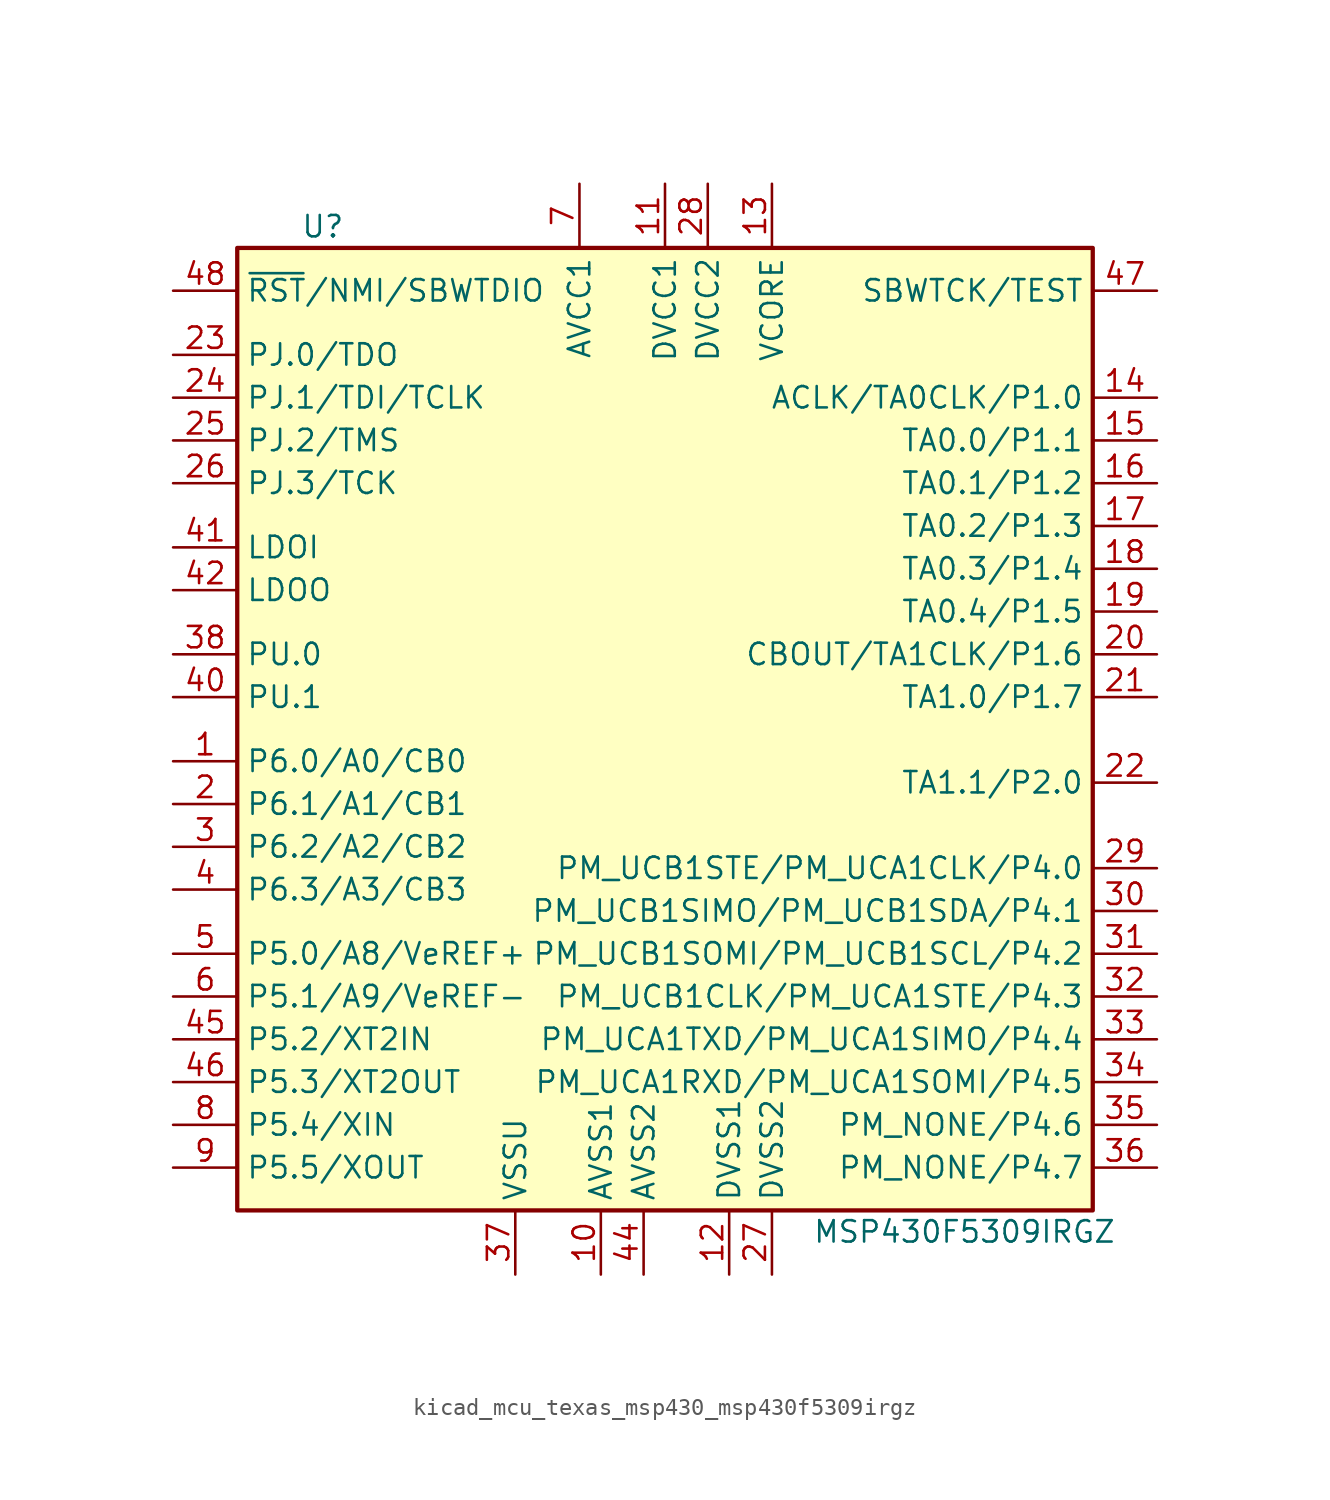
<source format=kicad_sym>
(kicad_symbol_lib
  (version 20220914)
  (generator kicad_symbol_editor)
  (symbol "kicad_mcu_texas_msp430_msp430f5309irgz"
    (property "Reference" "U"
      (at -21.59 30.48 0)
      (effects (font (size 1.27 1.27))))
    (property "Value" "MSP430F5309IRGZ"
      (at 16.51 -29.21 0)
      (effects (font (size 1.27 1.27))))
    (symbol "kicad_mcu_texas_msp430_msp430f5309irgz_0_1"
      (rectangle (start -26.67 29.21) (end 24.13 -27.94) (stroke (width 0.254) (type default)) (fill (type background))))
    (symbol "kicad_mcu_texas_msp430_msp430f5309irgz_1_1"
      (pin bidirectional line (at -30.48 -1.27 0) (length 3.81) (name "P6.0/A0/CB0" (effects (font (size 1.27 1.27)))) (number "1" (effects (font (size 1.27 1.27)))))
      (pin power_in line (at -5.08 -31.75 90) (length 3.81) (name "AVSS1" (effects (font (size 1.27 1.27)))) (number "10" (effects (font (size 1.27 1.27)))))
      (pin power_in line (at -1.27 33.02 270) (length 3.81) (name "DVCC1" (effects (font (size 1.27 1.27)))) (number "11" (effects (font (size 1.27 1.27)))))
      (pin power_in line (at 2.54 -31.75 90) (length 3.81) (name "DVSS1" (effects (font (size 1.27 1.27)))) (number "12" (effects (font (size 1.27 1.27)))))
      (pin bidirectional line (at 5.08 33.02 270) (length 3.81) (name "VCORE" (effects (font (size 1.27 1.27)))) (number "13" (effects (font (size 1.27 1.27)))))
      (pin bidirectional line (at 27.94 20.32 180) (length 3.81) (name "ACLK/TA0CLK/P1.0" (effects (font (size 1.27 1.27)))) (number "14" (effects (font (size 1.27 1.27)))))
      (pin bidirectional line (at 27.94 17.78 180) (length 3.81) (name "TA0.0/P1.1" (effects (font (size 1.27 1.27)))) (number "15" (effects (font (size 1.27 1.27)))))
      (pin bidirectional line (at 27.94 15.24 180) (length 3.81) (name "TA0.1/P1.2" (effects (font (size 1.27 1.27)))) (number "16" (effects (font (size 1.27 1.27)))))
      (pin bidirectional line (at 27.94 12.7 180) (length 3.81) (name "TA0.2/P1.3" (effects (font (size 1.27 1.27)))) (number "17" (effects (font (size 1.27 1.27)))))
      (pin bidirectional line (at 27.94 10.16 180) (length 3.81) (name "TA0.3/P1.4" (effects (font (size 1.27 1.27)))) (number "18" (effects (font (size 1.27 1.27)))))
      (pin bidirectional line (at 27.94 7.62 180) (length 3.81) (name "TA0.4/P1.5" (effects (font (size 1.27 1.27)))) (number "19" (effects (font (size 1.27 1.27)))))
      (pin bidirectional line (at -30.48 -3.81 0) (length 3.81) (name "P6.1/A1/CB1" (effects (font (size 1.27 1.27)))) (number "2" (effects (font (size 1.27 1.27)))))
      (pin bidirectional line (at 27.94 5.08 180) (length 3.81) (name "CBOUT/TA1CLK/P1.6" (effects (font (size 1.27 1.27)))) (number "20" (effects (font (size 1.27 1.27)))))
      (pin bidirectional line (at 27.94 2.54 180) (length 3.81) (name "TA1.0/P1.7" (effects (font (size 1.27 1.27)))) (number "21" (effects (font (size 1.27 1.27)))))
      (pin bidirectional line (at 27.94 -2.54 180) (length 3.81) (name "TA1.1/P2.0" (effects (font (size 1.27 1.27)))) (number "22" (effects (font (size 1.27 1.27)))))
      (pin bidirectional line (at -30.48 22.86 0) (length 3.81) (name "PJ.0/TDO" (effects (font (size 1.27 1.27)))) (number "23" (effects (font (size 1.27 1.27)))))
      (pin bidirectional line (at -30.48 20.32 0) (length 3.81) (name "PJ.1/TDI/TCLK" (effects (font (size 1.27 1.27)))) (number "24" (effects (font (size 1.27 1.27)))))
      (pin bidirectional line (at -30.48 17.78 0) (length 3.81) (name "PJ.2/TMS" (effects (font (size 1.27 1.27)))) (number "25" (effects (font (size 1.27 1.27)))))
      (pin bidirectional line (at -30.48 15.24 0) (length 3.81) (name "PJ.3/TCK" (effects (font (size 1.27 1.27)))) (number "26" (effects (font (size 1.27 1.27)))))
      (pin power_in line (at 5.08 -31.75 90) (length 3.81) (name "DVSS2" (effects (font (size 1.27 1.27)))) (number "27" (effects (font (size 1.27 1.27)))))
      (pin power_in line (at 1.27 33.02 270) (length 3.81) (name "DVCC2" (effects (font (size 1.27 1.27)))) (number "28" (effects (font (size 1.27 1.27)))))
      (pin bidirectional line (at 27.94 -7.62 180) (length 3.81) (name "PM_UCB1STE/PM_UCA1CLK/P4.0" (effects (font (size 1.27 1.27)))) (number "29" (effects (font (size 1.27 1.27)))))
      (pin bidirectional line (at -30.48 -6.35 0) (length 3.81) (name "P6.2/A2/CB2" (effects (font (size 1.27 1.27)))) (number "3" (effects (font (size 1.27 1.27)))))
      (pin bidirectional line (at 27.94 -10.16 180) (length 3.81) (name "PM_UCB1SIMO/PM_UCB1SDA/P4.1" (effects (font (size 1.27 1.27)))) (number "30" (effects (font (size 1.27 1.27)))))
      (pin bidirectional line (at 27.94 -12.7 180) (length 3.81) (name "PM_UCB1SOMI/PM_UCB1SCL/P4.2" (effects (font (size 1.27 1.27)))) (number "31" (effects (font (size 1.27 1.27)))))
      (pin bidirectional line (at 27.94 -15.24 180) (length 3.81) (name "PM_UCB1CLK/PM_UCA1STE/P4.3" (effects (font (size 1.27 1.27)))) (number "32" (effects (font (size 1.27 1.27)))))
      (pin bidirectional line (at 27.94 -17.78 180) (length 3.81) (name "PM_UCA1TXD/PM_UCA1SIMO/P4.4" (effects (font (size 1.27 1.27)))) (number "33" (effects (font (size 1.27 1.27)))))
      (pin bidirectional line (at 27.94 -20.32 180) (length 3.81) (name "PM_UCA1RXD/PM_UCA1SOMI/P4.5" (effects (font (size 1.27 1.27)))) (number "34" (effects (font (size 1.27 1.27)))))
      (pin bidirectional line (at 27.94 -22.86 180) (length 3.81) (name "PM_NONE/P4.6" (effects (font (size 1.27 1.27)))) (number "35" (effects (font (size 1.27 1.27)))))
      (pin bidirectional line (at 27.94 -25.4 180) (length 3.81) (name "PM_NONE/P4.7" (effects (font (size 1.27 1.27)))) (number "36" (effects (font (size 1.27 1.27)))))
      (pin power_in line (at -10.16 -31.75 90) (length 3.81) (name "VSSU" (effects (font (size 1.27 1.27)))) (number "37" (effects (font (size 1.27 1.27)))))
      (pin bidirectional line (at -30.48 5.08 0) (length 3.81) (name "PU.0" (effects (font (size 1.27 1.27)))) (number "38" (effects (font (size 1.27 1.27)))))
      (pin bidirectional line (at -30.48 -8.89 0) (length 3.81) (name "P6.3/A3/CB3" (effects (font (size 1.27 1.27)))) (number "4" (effects (font (size 1.27 1.27)))))
      (pin bidirectional line (at -30.48 2.54 0) (length 3.81) (name "PU.1" (effects (font (size 1.27 1.27)))) (number "40" (effects (font (size 1.27 1.27)))))
      (pin power_in line (at -30.48 11.43 0) (length 3.81) (name "LDOI" (effects (font (size 1.27 1.27)))) (number "41" (effects (font (size 1.27 1.27)))))
      (pin power_out line (at -30.48 8.89 0) (length 3.81) (name "LDOO" (effects (font (size 1.27 1.27)))) (number "42" (effects (font (size 1.27 1.27)))))
      (pin power_in line (at -2.54 -31.75 90) (length 3.81) (name "AVSS2" (effects (font (size 1.27 1.27)))) (number "44" (effects (font (size 1.27 1.27)))))
      (pin bidirectional line (at -30.48 -17.78 0) (length 3.81) (name "P5.2/XT2IN" (effects (font (size 1.27 1.27)))) (number "45" (effects (font (size 1.27 1.27)))))
      (pin bidirectional line (at -30.48 -20.32 0) (length 3.81) (name "P5.3/XT2OUT" (effects (font (size 1.27 1.27)))) (number "46" (effects (font (size 1.27 1.27)))))
      (pin input line (at 27.94 26.67 180) (length 3.81) (name "SBWTCK/TEST" (effects (font (size 1.27 1.27)))) (number "47" (effects (font (size 1.27 1.27)))))
      (pin input line (at -30.48 26.67 0) (length 3.81) (name "~{RST}/NMI/SBWTDIO" (effects (font (size 1.27 1.27)))) (number "48" (effects (font (size 1.27 1.27)))))
      (pin bidirectional line (at -30.48 -12.7 0) (length 3.81) (name "P5.0/A8/VeREF+" (effects (font (size 1.27 1.27)))) (number "5" (effects (font (size 1.27 1.27)))))
      (pin bidirectional line (at -30.48 -15.24 0) (length 3.81) (name "P5.1/A9/VeREF-" (effects (font (size 1.27 1.27)))) (number "6" (effects (font (size 1.27 1.27)))))
      (pin power_in line (at -6.35 33.02 270) (length 3.81) (name "AVCC1" (effects (font (size 1.27 1.27)))) (number "7" (effects (font (size 1.27 1.27)))))
      (pin bidirectional line (at -30.48 -22.86 0) (length 3.81) (name "P5.4/XIN" (effects (font (size 1.27 1.27)))) (number "8" (effects (font (size 1.27 1.27)))))
      (pin bidirectional line (at -30.48 -25.4 0) (length 3.81) (name "P5.5/XOUT" (effects (font (size 1.27 1.27)))) (number "9" (effects (font (size 1.27 1.27))))))))
</source>
